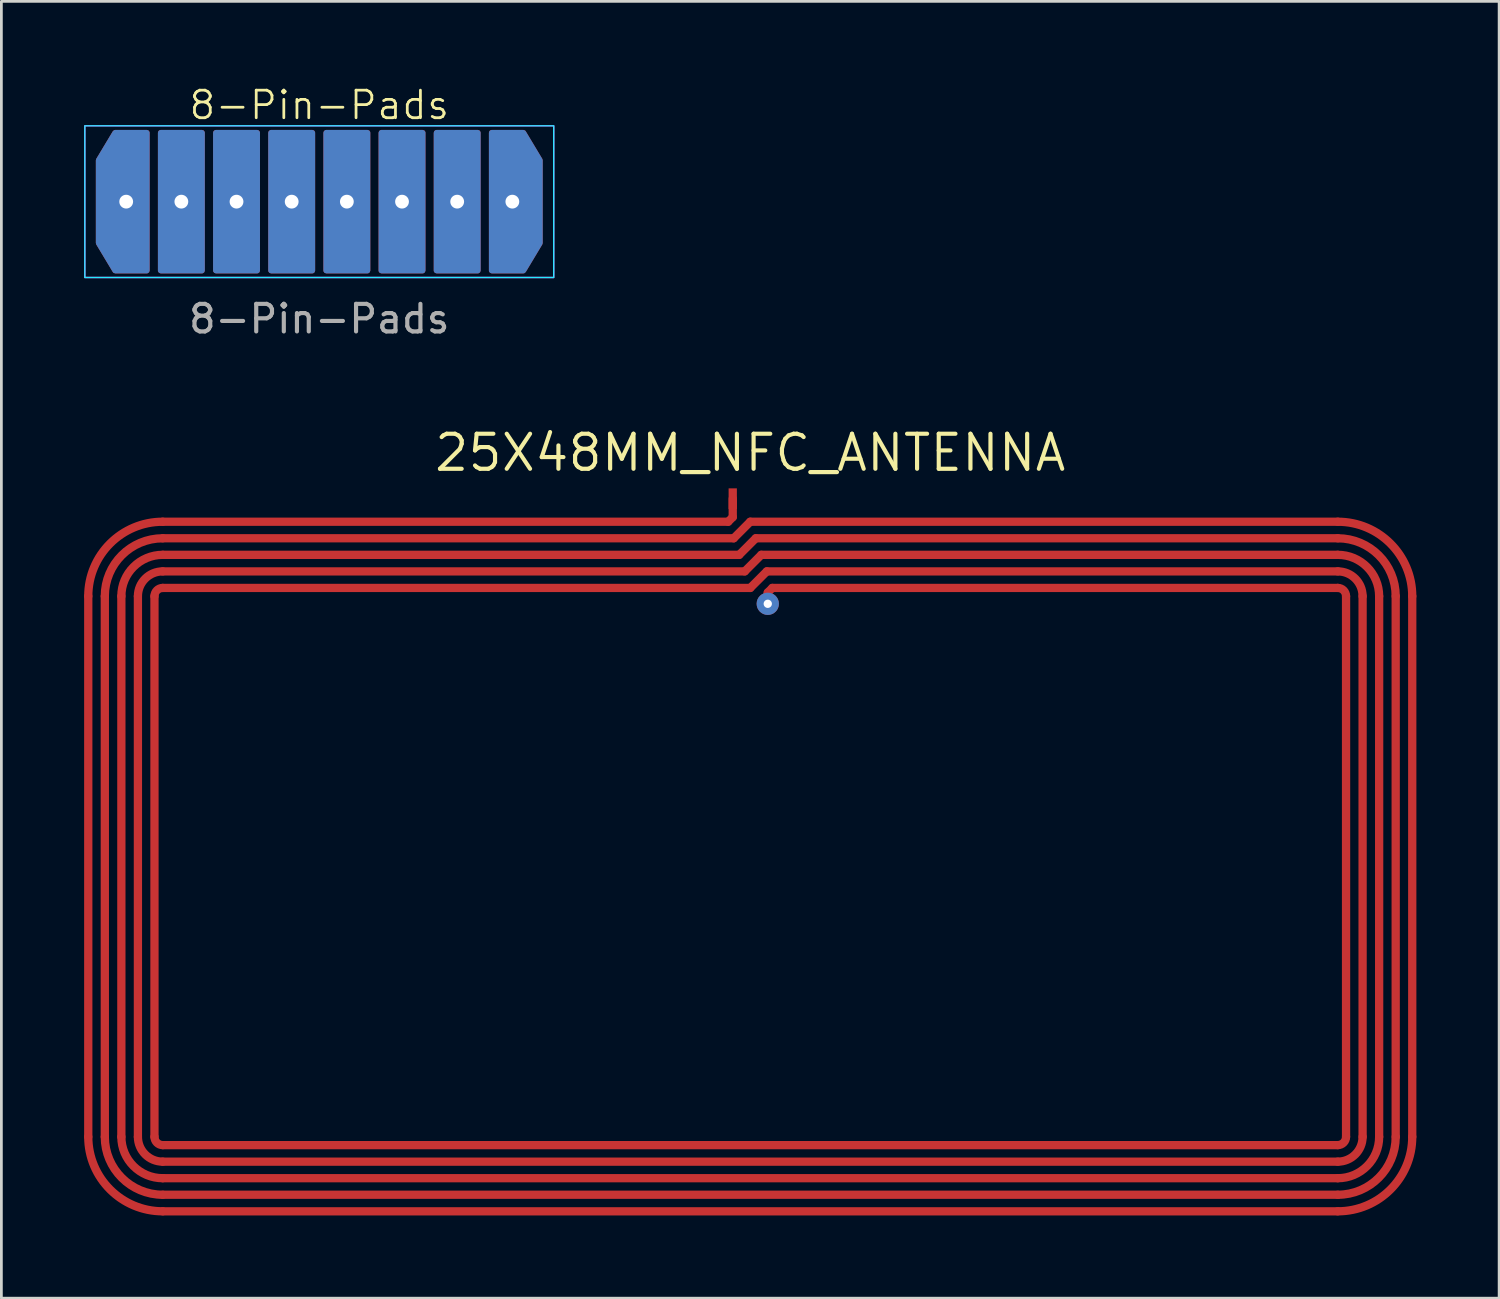
<source format=kicad_pcb>
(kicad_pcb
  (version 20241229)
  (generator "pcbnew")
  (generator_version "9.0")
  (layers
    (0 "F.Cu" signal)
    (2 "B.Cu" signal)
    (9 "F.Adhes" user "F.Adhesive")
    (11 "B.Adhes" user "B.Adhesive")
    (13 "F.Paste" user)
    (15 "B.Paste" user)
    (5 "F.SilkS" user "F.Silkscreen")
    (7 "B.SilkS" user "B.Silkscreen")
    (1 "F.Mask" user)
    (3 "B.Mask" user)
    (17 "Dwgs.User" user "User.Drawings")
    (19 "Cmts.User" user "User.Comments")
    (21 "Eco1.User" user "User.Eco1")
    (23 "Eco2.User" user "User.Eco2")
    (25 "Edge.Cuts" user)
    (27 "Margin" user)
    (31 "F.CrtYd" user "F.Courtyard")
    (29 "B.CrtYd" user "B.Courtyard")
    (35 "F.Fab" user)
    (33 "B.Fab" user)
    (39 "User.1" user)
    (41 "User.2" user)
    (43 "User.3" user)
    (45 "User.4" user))
  (footprint "8-Pin-Pads"
    (layer "F.Cu")
    (at 8.525 4.011)
    (property "Reference" "8-Pin-Pads" (at 0 -3.25 0) (unlocked yes) (layer "F.SilkS") (effects (font (size 1 1) (thickness 0.1))))
    (attr smd)
    (fp_rect (start -8.5 -2.5) (end 8.5 3) (stroke (width 0.05) (type default)) (fill no) (layer "B.CrtYd"))
    (fp_rect (start -8.5 -2.5) (end 8.5 3) (stroke (width 0.05) (type default)) (fill no) (layer "F.CrtYd"))
    (fp_text user "${REFERENCE}" (at 0 4.5 0) (unlocked yes) (layer "F.Fab") (effects (font (size 1 1) (thickness 0.15))))
    (pad "1" thru_hole custom (at -7 0.25) (size 1 1) (drill 0.5 (offset 0 -0.25)) (property pad_prop_testpoint) (layers "*.Cu" "*.Mask") (options (anchor circle)) (primitives (gr_poly (pts (xy 0.75 -2.25) (xy -0.4 -2.25) (xy -1 -1.25) (xy -1 1.75) (xy -0.4 2.75) (xy 0.75 2.75)) (width 0.2) (fill yes))))
    (pad "2" thru_hole custom (at -5 0.25) (size 1 1) (drill 0.5 (offset 0 -0.25)) (property pad_prop_testpoint) (layers "*.Cu" "*.Mask") (options (anchor circle)) (primitives (gr_poly (pts (xy -0.75 -2.25) (xy -0.75 2.75) (xy 0.75 2.75) (xy 0.75 -2.25)) (width 0.2) (fill yes))))
    (pad "3" thru_hole custom (at -3 0.25) (size 1 1) (drill 0.5 (offset 0 -0.25)) (property pad_prop_testpoint) (layers "*.Cu" "*.Mask") (options (anchor circle)) (primitives (gr_poly (pts (xy -0.75 -2.25) (xy -0.75 2.75) (xy 0.75 2.75) (xy 0.75 -2.25)) (width 0.2) (fill yes))))
    (pad "4" thru_hole custom (at -1 0.25) (size 1 1) (drill 0.5 (offset 0 -0.25)) (property pad_prop_testpoint) (layers "*.Cu" "*.Mask") (options (anchor circle)) (primitives (gr_poly (pts (xy -0.75 -2.25) (xy -0.75 2.75) (xy 0.75 2.75) (xy 0.75 -2.25)) (width 0.2) (fill yes))))
    (pad "5" thru_hole custom (at 1 0.25) (size 1 1) (drill 0.5 (offset 0 -0.25)) (property pad_prop_testpoint) (layers "*.Cu" "*.Mask") (options (anchor circle)) (primitives (gr_poly (pts (xy -0.75 -2.25) (xy -0.75 2.75) (xy 0.75 2.75) (xy 0.75 -2.25)) (width 0.2) (fill yes))))
    (pad "6" thru_hole custom (at 3 0.25) (size 1 1) (drill 0.5 (offset 0 -0.25)) (property pad_prop_testpoint) (layers "*.Cu" "*.Mask") (options (anchor circle)) (primitives (gr_poly (pts (xy -0.75 -2.25) (xy -0.75 2.75) (xy 0.75 2.75) (xy 0.75 -2.25)) (width 0.2) (fill yes))))
    (pad "7" thru_hole custom (at 5 0.25) (size 1 1) (drill 0.5 (offset 0 -0.25)) (property pad_prop_testpoint) (layers "*.Cu" "*.Mask") (options (anchor circle)) (primitives (gr_poly (pts (xy -0.75 -2.25) (xy -0.75 2.75) (xy 0.75 2.75) (xy 0.75 -2.25)) (width 0.2) (fill yes))))
    (pad "8" thru_hole custom (at 7 0.25 180) (size 1 1) (drill 0.5 (offset 0 -0.25)) (property pad_prop_testpoint) (layers "*.Cu" "*.Mask") (options (anchor circle)) (primitives (gr_poly (pts (xy 0.75 -2.25) (xy -0.4 -2.25) (xy -1 -1.25) (xy -1 1.75) (xy -0.4 2.75) (xy 0.75 2.75)) (width 0.2) (fill yes)))))
  (footprint "25X48MM_NFC_ANTENNA"
    (layer "F.Cu")
    (at 24.15 28.365)
    (property "Reference" "25X48MM_NFC_ANTENNA" (at 0 -15 0) (layer "F.SilkS") (effects (font (size 1.27 1.27) (thickness 0.15))))
    (fp_line (start -24 -9.8) (end -24 9.8) (stroke (width 0.3) (type default)) (layer "F.Cu"))
    (fp_line (start -23.4 -9.8) (end -23.4 9.8) (stroke (width 0.3) (type default)) (layer "F.Cu"))
    (fp_line (start -22.8 -9.8) (end -22.8 9.8) (stroke (width 0.3) (type default)) (layer "F.Cu"))
    (fp_line (start -22.2 -9.8) (end -22.2 9.8) (stroke (width 0.3) (type default)) (layer "F.Cu"))
    (fp_line (start -21.6 -9.8) (end -21.6 9.8) (stroke (width 0.3) (type default)) (layer "F.Cu"))
    (fp_line (start -21.3 -11.9) (end -0.6 -11.9) (stroke (width 0.3) (type default)) (layer "F.Cu"))
    (fp_line (start -21.3 -11.3) (end -0.4 -11.3) (stroke (width 0.3) (type default)) (layer "F.Cu"))
    (fp_line (start -21.3 -10.7) (end -0.2 -10.7) (stroke (width 0.3) (type default)) (layer "F.Cu"))
    (fp_line (start -21.3 -10.1) (end 0 -10.1) (stroke (width 0.3) (type default)) (layer "F.Cu"))
    (fp_line (start -21.3 10.1) (end 21.3 10.1) (stroke (width 0.3) (type default)) (layer "F.Cu"))
    (fp_line (start -21.3 10.7) (end 21.3 10.7) (stroke (width 0.3) (type default)) (layer "F.Cu"))
    (fp_line (start -21.3 11.3) (end 21.3 11.3) (stroke (width 0.3) (type default)) (layer "F.Cu"))
    (fp_line (start -21.3 11.9) (end 21.3 11.9) (stroke (width 0.3) (type default)) (layer "F.Cu"))
    (fp_line (start -21.3 12.5) (end 21.3 12.5) (stroke (width 0.3) (type default)) (layer "F.Cu"))
    (fp_line (start -0.8 -12.5) (end -21.3 -12.5) (stroke (width 0.3) (type default)) (layer "F.Cu"))
    (fp_line (start -0.635 -13.335) (end -0.635 -12.665) (stroke (width 0.3) (type default)) (layer "F.Cu"))
    (fp_line (start -0.635 -12.665) (end -0.8 -12.5) (stroke (width 0.3) (type default)) (layer "F.Cu"))
    (fp_line (start -0.6 -11.9) (end 0 -12.5) (stroke (width 0.3) (type default)) (layer "F.Cu"))
    (fp_line (start -0.4 -11.3) (end 0.2 -11.9) (stroke (width 0.3) (type default)) (layer "F.Cu"))
    (fp_line (start -0.2 -10.7) (end 0.4 -11.3) (stroke (width 0.3) (type default)) (layer "F.Cu"))
    (fp_line (start 0 -12.5) (end 21.3 -12.5) (stroke (width 0.3) (type default)) (layer "F.Cu"))
    (fp_line (start 0 -10.1) (end 0.6 -10.7) (stroke (width 0.3) (type default)) (layer "F.Cu"))
    (fp_line (start 0.2 -11.9) (end 21.3 -11.9) (stroke (width 0.3) (type default)) (layer "F.Cu"))
    (fp_line (start 0.4 -11.3) (end 21.3 -11.3) (stroke (width 0.3) (type default)) (layer "F.Cu"))
    (fp_line (start 0.6 -10.7) (end 21.3 -10.7) (stroke (width 0.3) (type default)) (layer "F.Cu"))
    (fp_line (start 0.635 -9.935) (end 0.635 -9.525) (stroke (width 0.3) (type default)) (layer "F.Cu"))
    (fp_line (start 0.8 -10.1) (end 0.635 -9.935) (stroke (width 0.3) (type default)) (layer "F.Cu"))
    (fp_line (start 21.3 -10.1) (end 0.8 -10.1) (stroke (width 0.3) (type default)) (layer "F.Cu"))
    (fp_line (start 21.6 -9.8) (end 21.6 9.8) (stroke (width 0.3) (type default)) (layer "F.Cu"))
    (fp_line (start 22.2 -9.8) (end 22.2 9.8) (stroke (width 0.3) (type default)) (layer "F.Cu"))
    (fp_line (start 22.8 -9.8) (end 22.8 9.8) (stroke (width 0.3) (type default)) (layer "F.Cu"))
    (fp_line (start 23.4 -9.8) (end 23.4 9.8) (stroke (width 0.3) (type default)) (layer "F.Cu"))
    (fp_line (start 24 -9.8) (end 24 9.8) (stroke (width 0.3) (type default)) (layer "F.Cu"))
    (fp_arc (start -24 -9.8001) (mid -23.209159 -11.709359) (end -21.2999 -12.5001) (stroke (width 0.3) (type default)) (layer "F.Cu"))
    (fp_arc (start -23.4 -9.8001) (mid -22.784789 -11.284901) (end -21.2999 -11.8999) (stroke (width 0.3) (type default)) (layer "F.Cu"))
    (fp_arc (start -22.8001 -9.8001) (mid -22.360683 -10.860796) (end -21.2999 -11.3) (stroke (width 0.3) (type default)) (layer "F.Cu"))
    (fp_arc (start -22.1999 -9.8001) (mid -21.936296 -10.436496) (end -21.2999 -10.7) (stroke (width 0.3) (type default)) (layer "F.Cu"))
    (fp_arc (start -21.5999 -9.8001) (mid -21.512032 -10.012232) (end -21.2999 -10.1001) (stroke (width 0.3) (type default)) (layer "F.Cu"))
    (fp_arc (start -21.2999 10.1001) (mid -21.512032 10.012232) (end -21.5999 9.8001) (stroke (width 0.3) (type default)) (layer "F.Cu"))
    (fp_arc (start -21.2999 10.7) (mid -21.936225 10.436425) (end -22.1999 9.8001) (stroke (width 0.3) (type default)) (layer "F.Cu"))
    (fp_arc (start -21.2999 11.3) (mid -22.360683 10.860796) (end -22.8001 9.8001) (stroke (width 0.3) (type default)) (layer "F.Cu"))
    (fp_arc (start -21.2999 11.8999) (mid -22.784789 11.284901) (end -23.4 9.8001) (stroke (width 0.3) (type default)) (layer "F.Cu"))
    (fp_arc (start -21.2999 12.5001) (mid -23.209088 11.709288) (end -24 9.8001) (stroke (width 0.3) (type default)) (layer "F.Cu"))
    (fp_arc (start 21.2999 -12.5001) (mid 23.209088 -11.709288) (end 24 -9.8001) (stroke (width 0.3) (type default)) (layer "F.Cu"))
    (fp_arc (start 21.2999 -11.8999) (mid 22.784789 -11.284901) (end 23.4 -9.8001) (stroke (width 0.3) (type default)) (layer "F.Cu"))
    (fp_arc (start 21.2999 -11.3) (mid 22.360683 -10.860796) (end 22.8001 -9.8001) (stroke (width 0.3) (type default)) (layer "F.Cu"))
    (fp_arc (start 21.2999 -10.7) (mid 21.936225 -10.436425) (end 22.1999 -9.8001) (stroke (width 0.3) (type default)) (layer "F.Cu"))
    (fp_arc (start 21.2999 -10.1001) (mid 21.512032 -10.012232) (end 21.5999 -9.8001) (stroke (width 0.3) (type default)) (layer "F.Cu"))
    (fp_arc (start 21.5999 9.8001) (mid 21.512032 10.012232) (end 21.2999 10.1001) (stroke (width 0.3) (type default)) (layer "F.Cu"))
    (fp_arc (start 22.1999 9.8001) (mid 21.936296 10.436496) (end 21.2999 10.7) (stroke (width 0.3) (type default)) (layer "F.Cu"))
    (fp_arc (start 22.8001 9.8001) (mid 22.360683 10.860796) (end 21.2999 11.3) (stroke (width 0.3) (type default)) (layer "F.Cu"))
    (fp_arc (start 23.4 9.8001) (mid 22.784789 11.284901) (end 21.2999 11.8999) (stroke (width 0.3) (type default)) (layer "F.Cu"))
    (fp_arc (start 24 9.8001) (mid 23.209159 11.709359) (end 21.2999 12.5001) (stroke (width 0.3) (type default)) (layer "F.Cu"))
    (pad "P$1" smd rect (at -0.635 -13.335 90) (size 0.75 0.3) (layers "F.Cu"))
    (pad "P$2" thru_hole oval (at 0.635 -9.525) (size 0.808 0.808) (drill oval 0.3 0.3) (layers "*.Cu")))
  (gr_rect
    (start -3 -3)
    (end 51.3 44.015)
    (stroke (width 0.1) (type default))
    (fill no)
    (layer "Edge.Cuts")))
</source>
